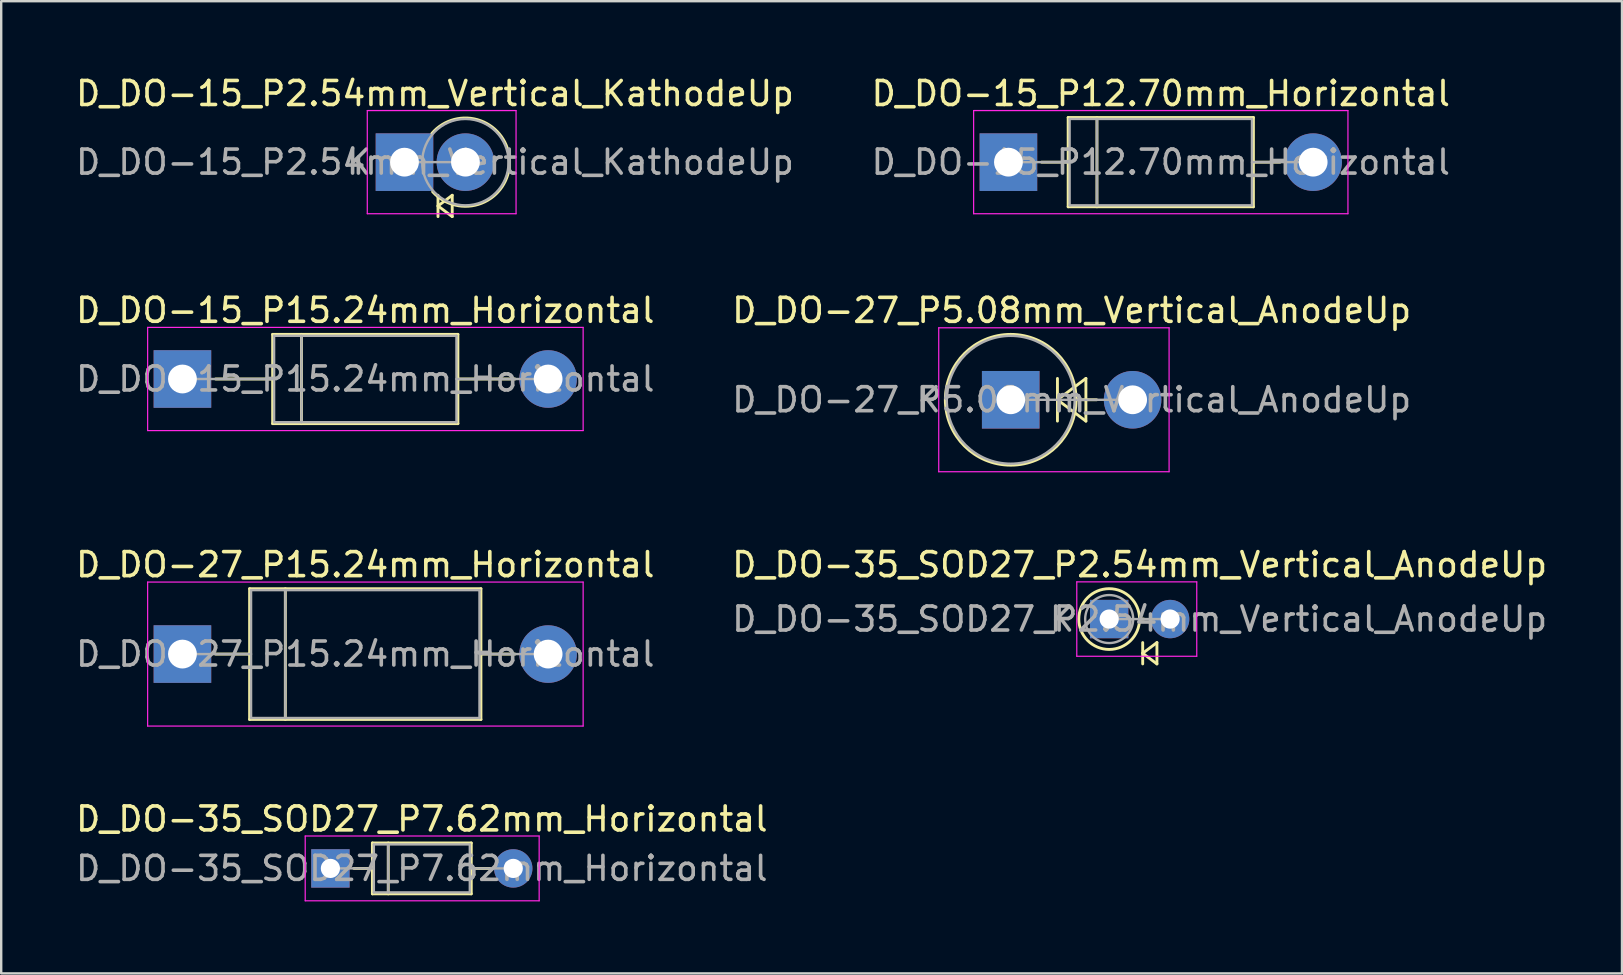
<source format=kicad_pcb>
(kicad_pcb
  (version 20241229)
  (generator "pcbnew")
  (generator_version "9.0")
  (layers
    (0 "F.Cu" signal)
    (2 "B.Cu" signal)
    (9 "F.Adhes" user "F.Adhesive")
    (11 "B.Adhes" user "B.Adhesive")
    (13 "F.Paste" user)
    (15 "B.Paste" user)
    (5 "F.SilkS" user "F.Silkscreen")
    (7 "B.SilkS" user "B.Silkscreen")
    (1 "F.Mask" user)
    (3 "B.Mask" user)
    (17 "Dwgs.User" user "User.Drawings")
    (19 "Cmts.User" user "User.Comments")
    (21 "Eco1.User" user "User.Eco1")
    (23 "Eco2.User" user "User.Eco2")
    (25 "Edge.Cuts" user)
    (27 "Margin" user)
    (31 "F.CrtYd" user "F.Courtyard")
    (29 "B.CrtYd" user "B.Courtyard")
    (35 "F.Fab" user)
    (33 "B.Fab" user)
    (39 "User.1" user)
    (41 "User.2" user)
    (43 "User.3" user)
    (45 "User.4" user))
  (footprint "D_DO-35_SOD27_P7.62mm_Horizontal"
    (layer "F.Cu")
    (at 10.72 33.142)
    (property "Reference" "D_DO-35_SOD27_P7.62mm_Horizontal" (at 3.81 -2.06 0) (layer "F.SilkS") (effects (font (size 1 1) (thickness 0.15))))
    (attr through_hole)
    (fp_line (start 0.98 0) (end 1.75 0) (stroke (width 0.12) (type solid)) (layer "F.SilkS"))
    (fp_line (start 1.75 -1.06) (end 1.75 1.06) (stroke (width 0.12) (type solid)) (layer "F.SilkS"))
    (fp_line (start 1.75 1.06) (end 5.87 1.06) (stroke (width 0.12) (type solid)) (layer "F.SilkS"))
    (fp_line (start 2.41 -1.06) (end 2.41 1.06) (stroke (width 0.12) (type solid)) (layer "F.SilkS"))
    (fp_line (start 5.87 -1.06) (end 1.75 -1.06) (stroke (width 0.12) (type solid)) (layer "F.SilkS"))
    (fp_line (start 5.87 1.06) (end 5.87 -1.06) (stroke (width 0.12) (type solid)) (layer "F.SilkS"))
    (fp_line (start 6.64 0) (end 5.87 0) (stroke (width 0.12) (type solid)) (layer "F.SilkS"))
    (fp_line (start -1.05 -1.35) (end -1.05 1.35) (stroke (width 0.05) (type solid)) (layer "F.CrtYd"))
    (fp_line (start -1.05 1.35) (end 8.7 1.35) (stroke (width 0.05) (type solid)) (layer "F.CrtYd"))
    (fp_line (start 8.7 -1.35) (end -1.05 -1.35) (stroke (width 0.05) (type solid)) (layer "F.CrtYd"))
    (fp_line (start 8.7 1.35) (end 8.7 -1.35) (stroke (width 0.05) (type solid)) (layer "F.CrtYd"))
    (fp_line (start 0 0) (end 1.81 0) (stroke (width 0.1) (type solid)) (layer "F.Fab"))
    (fp_line (start 1.81 -1) (end 1.81 1) (stroke (width 0.1) (type solid)) (layer "F.Fab"))
    (fp_line (start 1.81 1) (end 5.81 1) (stroke (width 0.1) (type solid)) (layer "F.Fab"))
    (fp_line (start 2.41 -1) (end 2.41 1) (stroke (width 0.1) (type solid)) (layer "F.Fab"))
    (fp_line (start 5.81 -1) (end 1.81 -1) (stroke (width 0.1) (type solid)) (layer "F.Fab"))
    (fp_line (start 5.81 1) (end 5.81 -1) (stroke (width 0.1) (type solid)) (layer "F.Fab"))
    (fp_line (start 7.62 0) (end 5.81 0) (stroke (width 0.1) (type solid)) (layer "F.Fab"))
    (fp_text user "${REFERENCE}" (at 3.81 0 0) (layer "F.Fab") (effects (font (size 1 1) (thickness 0.15))))
    (pad "1" thru_hole rect (at 0 0) (size 1.6 1.6) (drill 0.8) (layers "*.Cu" "*.Mask"))
    (pad "2" thru_hole oval (at 7.62 0) (size 1.6 1.6) (drill 0.8) (layers "*.Cu" "*.Mask")))
  (footprint "D_DO-15_P2.54mm_Vertical_KathodeUp"
    (layer "F.Cu")
    (at 13.807 3.708)
    (property "Reference" "D_DO-15_P2.54mm_Vertical_KathodeUp" (at 1.27 -2.86 0) (layer "F.SilkS") (effects (font (size 1 1) (thickness 0.15))))
    (attr through_hole)
    (fp_line (start 1.397 1.38) (end 1.397 2.269) (stroke (width 0.12) (type solid)) (layer "F.SilkS"))
    (fp_line (start 1.397 1.825) (end 1.99 1.38) (stroke (width 0.12) (type solid)) (layer "F.SilkS"))
    (fp_line (start 1.99 1.38) (end 1.99 2.269) (stroke (width 0.12) (type solid)) (layer "F.SilkS"))
    (fp_line (start 1.99 2.269) (end 1.397 1.825) (stroke (width 0.12) (type solid)) (layer "F.SilkS"))
    (fp_arc (start 1.144758 -1.2) (mid 4.380161 -0.022557) (end 1.174592 1.23384) (stroke (width 0.12) (type solid)) (layer "F.SilkS"))
    (fp_line (start -1.55 -2.15) (end -1.55 2.15) (stroke (width 0.05) (type solid)) (layer "F.CrtYd"))
    (fp_line (start -1.55 2.15) (end 4.65 2.15) (stroke (width 0.05) (type solid)) (layer "F.CrtYd"))
    (fp_line (start 4.65 -2.15) (end -1.55 -2.15) (stroke (width 0.05) (type solid)) (layer "F.CrtYd"))
    (fp_line (start 4.65 2.15) (end 4.65 -2.15) (stroke (width 0.05) (type solid)) (layer "F.CrtYd"))
    (fp_line (start 0 0) (end 2.54 0) (stroke (width 0.1) (type solid)) (layer "F.Fab"))
    (fp_circle (center 2.54 0) (end 4.34 0) (stroke (width 0.1) (type solid)) (fill no) (layer "F.Fab"))
    (fp_text user "K" (at -1.9 0 0) (layer "F.Fab") (effects (font (size 1 1) (thickness 0.15))))
    (fp_text user "${REFERENCE}" (at 1.27 0 0) (layer "F.Fab") (effects (font (size 1 1) (thickness 0.15))))
    (pad "1" thru_hole rect (at 0 0) (size 2.4 2.4) (drill 1.2) (layers "*.Cu" "*.Mask"))
    (pad "2" thru_hole oval (at 2.54 0) (size 2.4 2.4) (drill 1.2) (layers "*.Cu" "*.Mask")))
  (footprint "D_DO-15_P12.70mm_Horizontal"
    (layer "F.Cu")
    (at 38.977 3.708)
    (property "Reference" "D_DO-15_P12.70mm_Horizontal" (at 6.35 -2.86 0) (layer "F.SilkS") (effects (font (size 1 1) (thickness 0.15))))
    (attr through_hole)
    (fp_line (start 1.38 0) (end 2.49 0) (stroke (width 0.12) (type solid)) (layer "F.SilkS"))
    (fp_line (start 2.49 -1.86) (end 2.49 1.86) (stroke (width 0.12) (type solid)) (layer "F.SilkS"))
    (fp_line (start 2.49 1.86) (end 10.21 1.86) (stroke (width 0.12) (type solid)) (layer "F.SilkS"))
    (fp_line (start 3.69 -1.86) (end 3.69 1.86) (stroke (width 0.12) (type solid)) (layer "F.SilkS"))
    (fp_line (start 10.21 -1.86) (end 2.49 -1.86) (stroke (width 0.12) (type solid)) (layer "F.SilkS"))
    (fp_line (start 10.21 1.86) (end 10.21 -1.86) (stroke (width 0.12) (type solid)) (layer "F.SilkS"))
    (fp_line (start 11.32 0) (end 10.21 0) (stroke (width 0.12) (type solid)) (layer "F.SilkS"))
    (fp_line (start -1.45 -2.15) (end -1.45 2.15) (stroke (width 0.05) (type solid)) (layer "F.CrtYd"))
    (fp_line (start -1.45 2.15) (end 14.15 2.15) (stroke (width 0.05) (type solid)) (layer "F.CrtYd"))
    (fp_line (start 14.15 -2.15) (end -1.45 -2.15) (stroke (width 0.05) (type solid)) (layer "F.CrtYd"))
    (fp_line (start 14.15 2.15) (end 14.15 -2.15) (stroke (width 0.05) (type solid)) (layer "F.CrtYd"))
    (fp_line (start 0 0) (end 2.55 0) (stroke (width 0.1) (type solid)) (layer "F.Fab"))
    (fp_line (start 2.55 -1.8) (end 2.55 1.8) (stroke (width 0.1) (type solid)) (layer "F.Fab"))
    (fp_line (start 2.55 1.8) (end 10.15 1.8) (stroke (width 0.1) (type solid)) (layer "F.Fab"))
    (fp_line (start 3.69 -1.8) (end 3.69 1.8) (stroke (width 0.1) (type solid)) (layer "F.Fab"))
    (fp_line (start 10.15 -1.8) (end 2.55 -1.8) (stroke (width 0.1) (type solid)) (layer "F.Fab"))
    (fp_line (start 10.15 1.8) (end 10.15 -1.8) (stroke (width 0.1) (type solid)) (layer "F.Fab"))
    (fp_line (start 12.7 0) (end 10.15 0) (stroke (width 0.1) (type solid)) (layer "F.Fab"))
    (fp_text user "${REFERENCE}" (at 6.35 0 0) (layer "F.Fab") (effects (font (size 1 1) (thickness 0.15))))
    (pad "1" thru_hole rect (at 0 0) (size 2.4 2.4) (drill 1.2) (layers "*.Cu" "*.Mask"))
    (pad "2" thru_hole oval (at 12.7 0) (size 2.4 2.4) (drill 1.2) (layers "*.Cu" "*.Mask")))
  (footprint "D_DO-27_P5.08mm_Vertical_AnodeUp"
    (layer "F.Cu")
    (at 39.073 13.611)
    (property "Reference" "D_DO-27_P5.08mm_Vertical_AnodeUp" (at 2.54 -3.725 0) (layer "F.SilkS") (effects (font (size 1 1) (thickness 0.15))))
    (attr through_hole)
    (fp_line (start 1.947 -0.889) (end 1.947 0.889) (stroke (width 0.12) (type solid)) (layer "F.SilkS"))
    (fp_line (start 1.947 0) (end 3.133 -0.889) (stroke (width 0.12) (type solid)) (layer "F.SilkS"))
    (fp_line (start 2.725 0) (end 3.58 0) (stroke (width 0.12) (type solid)) (layer "F.SilkS"))
    (fp_line (start 3.133 -0.889) (end 3.133 0.889) (stroke (width 0.12) (type solid)) (layer "F.SilkS"))
    (fp_line (start 3.133 0.889) (end 1.947 0) (stroke (width 0.12) (type solid)) (layer "F.SilkS"))
    (fp_circle (center 0 0) (end 2.725 0) (stroke (width 0.12) (type solid)) (fill no) (layer "F.SilkS"))
    (fp_line (start -3 -3) (end -3 3) (stroke (width 0.05) (type solid)) (layer "F.CrtYd"))
    (fp_line (start -3 3) (end 6.6 3) (stroke (width 0.05) (type solid)) (layer "F.CrtYd"))
    (fp_line (start 6.6 -3) (end -3 -3) (stroke (width 0.05) (type solid)) (layer "F.CrtYd"))
    (fp_line (start 6.6 3) (end 6.6 -3) (stroke (width 0.05) (type solid)) (layer "F.CrtYd"))
    (fp_line (start 0 0) (end 5.08 0) (stroke (width 0.1) (type solid)) (layer "F.Fab"))
    (fp_circle (center 0 0) (end 2.665 0) (stroke (width 0.1) (type solid)) (fill no) (layer "F.Fab"))
    (fp_text user "K" (at -3.425 0 0) (layer "F.Fab") (effects (font (size 1 1) (thickness 0.15))))
    (fp_text user "${REFERENCE}" (at 2.54 0 0) (layer "F.Fab") (effects (font (size 1 1) (thickness 0.15))))
    (pad "1" thru_hole rect (at 0 0) (size 2.4 2.4) (drill 1.2) (layers "*.Cu" "*.Mask"))
    (pad "2" thru_hole oval (at 5.08 0) (size 2.4 2.4) (drill 1.2) (layers "*.Cu" "*.Mask")))
  (footprint "D_DO-27_P15.24mm_Horizontal"
    (layer "F.Cu")
    (at 4.553 24.209)
    (property "Reference" "D_DO-27_P15.24mm_Horizontal" (at 7.62 -3.725 0) (layer "F.SilkS") (effects (font (size 1 1) (thickness 0.15))))
    (attr through_hole)
    (fp_line (start 1.38 0) (end 2.8 0) (stroke (width 0.12) (type solid)) (layer "F.SilkS"))
    (fp_line (start 2.8 -2.725) (end 2.8 2.725) (stroke (width 0.12) (type solid)) (layer "F.SilkS"))
    (fp_line (start 2.8 2.725) (end 12.44 2.725) (stroke (width 0.12) (type solid)) (layer "F.SilkS"))
    (fp_line (start 4.288 -2.725) (end 4.288 2.725) (stroke (width 0.12) (type solid)) (layer "F.SilkS"))
    (fp_line (start 12.44 -2.725) (end 2.8 -2.725) (stroke (width 0.12) (type solid)) (layer "F.SilkS"))
    (fp_line (start 12.44 2.725) (end 12.44 -2.725) (stroke (width 0.12) (type solid)) (layer "F.SilkS"))
    (fp_line (start 13.86 0) (end 12.44 0) (stroke (width 0.12) (type solid)) (layer "F.SilkS"))
    (fp_line (start -1.45 -3) (end -1.45 3) (stroke (width 0.05) (type solid)) (layer "F.CrtYd"))
    (fp_line (start -1.45 3) (end 16.7 3) (stroke (width 0.05) (type solid)) (layer "F.CrtYd"))
    (fp_line (start 16.7 -3) (end -1.45 -3) (stroke (width 0.05) (type solid)) (layer "F.CrtYd"))
    (fp_line (start 16.7 3) (end 16.7 -3) (stroke (width 0.05) (type solid)) (layer "F.CrtYd"))
    (fp_line (start 0 0) (end 2.86 0) (stroke (width 0.1) (type solid)) (layer "F.Fab"))
    (fp_line (start 2.86 -2.665) (end 2.86 2.665) (stroke (width 0.1) (type solid)) (layer "F.Fab"))
    (fp_line (start 2.86 2.665) (end 12.38 2.665) (stroke (width 0.1) (type solid)) (layer "F.Fab"))
    (fp_line (start 4.288 -2.665) (end 4.288 2.665) (stroke (width 0.1) (type solid)) (layer "F.Fab"))
    (fp_line (start 12.38 -2.665) (end 2.86 -2.665) (stroke (width 0.1) (type solid)) (layer "F.Fab"))
    (fp_line (start 12.38 2.665) (end 12.38 -2.665) (stroke (width 0.1) (type solid)) (layer "F.Fab"))
    (fp_line (start 15.24 0) (end 12.38 0) (stroke (width 0.1) (type solid)) (layer "F.Fab"))
    (fp_text user "${REFERENCE}" (at 7.62 0 0) (layer "F.Fab") (effects (font (size 1 1) (thickness 0.15))))
    (pad "1" thru_hole rect (at 0 0) (size 2.4 2.4) (drill 1.2) (layers "*.Cu" "*.Mask"))
    (pad "2" thru_hole oval (at 15.24 0) (size 2.4 2.4) (drill 1.2) (layers "*.Cu" "*.Mask")))
  (footprint "D_DO-15_P15.24mm_Horizontal"
    (layer "F.Cu")
    (at 4.553 12.745)
    (property "Reference" "D_DO-15_P15.24mm_Horizontal" (at 7.62 -2.86 0) (layer "F.SilkS") (effects (font (size 1 1) (thickness 0.15))))
    (attr through_hole)
    (fp_line (start 1.38 0) (end 3.76 0) (stroke (width 0.12) (type solid)) (layer "F.SilkS"))
    (fp_line (start 3.76 -1.86) (end 3.76 1.86) (stroke (width 0.12) (type solid)) (layer "F.SilkS"))
    (fp_line (start 3.76 1.86) (end 11.48 1.86) (stroke (width 0.12) (type solid)) (layer "F.SilkS"))
    (fp_line (start 4.96 -1.86) (end 4.96 1.86) (stroke (width 0.12) (type solid)) (layer "F.SilkS"))
    (fp_line (start 11.48 -1.86) (end 3.76 -1.86) (stroke (width 0.12) (type solid)) (layer "F.SilkS"))
    (fp_line (start 11.48 1.86) (end 11.48 -1.86) (stroke (width 0.12) (type solid)) (layer "F.SilkS"))
    (fp_line (start 13.86 0) (end 11.48 0) (stroke (width 0.12) (type solid)) (layer "F.SilkS"))
    (fp_line (start -1.45 -2.15) (end -1.45 2.15) (stroke (width 0.05) (type solid)) (layer "F.CrtYd"))
    (fp_line (start -1.45 2.15) (end 16.7 2.15) (stroke (width 0.05) (type solid)) (layer "F.CrtYd"))
    (fp_line (start 16.7 -2.15) (end -1.45 -2.15) (stroke (width 0.05) (type solid)) (layer "F.CrtYd"))
    (fp_line (start 16.7 2.15) (end 16.7 -2.15) (stroke (width 0.05) (type solid)) (layer "F.CrtYd"))
    (fp_line (start 0 0) (end 3.82 0) (stroke (width 0.1) (type solid)) (layer "F.Fab"))
    (fp_line (start 3.82 -1.8) (end 3.82 1.8) (stroke (width 0.1) (type solid)) (layer "F.Fab"))
    (fp_line (start 3.82 1.8) (end 11.42 1.8) (stroke (width 0.1) (type solid)) (layer "F.Fab"))
    (fp_line (start 4.96 -1.8) (end 4.96 1.8) (stroke (width 0.1) (type solid)) (layer "F.Fab"))
    (fp_line (start 11.42 -1.8) (end 3.82 -1.8) (stroke (width 0.1) (type solid)) (layer "F.Fab"))
    (fp_line (start 11.42 1.8) (end 11.42 -1.8) (stroke (width 0.1) (type solid)) (layer "F.Fab"))
    (fp_line (start 15.24 0) (end 11.42 0) (stroke (width 0.1) (type solid)) (layer "F.Fab"))
    (fp_text user "${REFERENCE}" (at 7.62 0 0) (layer "F.Fab") (effects (font (size 1 1) (thickness 0.15))))
    (pad "1" thru_hole rect (at 0 0) (size 2.4 2.4) (drill 1.2) (layers "*.Cu" "*.Mask"))
    (pad "2" thru_hole oval (at 15.24 0) (size 2.4 2.4) (drill 1.2) (layers "*.Cu" "*.Mask")))
  (footprint "D_DO-35_SOD27_P2.54mm_Vertical_AnodeUp"
    (layer "F.Cu")
    (at 43.176 22.75)
    (property "Reference" "D_DO-35_SOD27_P2.54mm_Vertical_AnodeUp" (at 1.27 -2.266 0) (layer "F.SilkS") (effects (font (size 1 1) (thickness 0.15))))
    (attr through_hole)
    (fp_line (start 1.266 0) (end 1.44 0) (stroke (width 0.12) (type solid)) (layer "F.SilkS"))
    (fp_line (start 1.397 0.98) (end 1.397 1.869) (stroke (width 0.12) (type solid)) (layer "F.SilkS"))
    (fp_line (start 1.397 1.425) (end 1.99 0.98) (stroke (width 0.12) (type solid)) (layer "F.SilkS"))
    (fp_line (start 1.99 0.98) (end 1.99 1.869) (stroke (width 0.12) (type solid)) (layer "F.SilkS"))
    (fp_line (start 1.99 1.869) (end 1.397 1.425) (stroke (width 0.12) (type solid)) (layer "F.SilkS"))
    (fp_circle (center 0 0) (end 1.266 0) (stroke (width 0.12) (type solid)) (fill no) (layer "F.SilkS"))
    (fp_line (start -1.35 -1.55) (end -1.35 1.55) (stroke (width 0.05) (type solid)) (layer "F.CrtYd"))
    (fp_line (start -1.35 1.55) (end 3.65 1.55) (stroke (width 0.05) (type solid)) (layer "F.CrtYd"))
    (fp_line (start 3.65 -1.55) (end -1.35 -1.55) (stroke (width 0.05) (type solid)) (layer "F.CrtYd"))
    (fp_line (start 3.65 1.55) (end 3.65 -1.55) (stroke (width 0.05) (type solid)) (layer "F.CrtYd"))
    (fp_line (start 0 0) (end 2.54 0) (stroke (width 0.1) (type solid)) (layer "F.Fab"))
    (fp_circle (center 0 0) (end 1 0) (stroke (width 0.1) (type solid)) (fill no) (layer "F.Fab"))
    (fp_text user "K" (at -1.966 0 0) (layer "F.Fab") (effects (font (size 1 1) (thickness 0.15))))
    (fp_text user "${REFERENCE}" (at 1.27 0 0) (layer "F.Fab") (effects (font (size 1 1) (thickness 0.15))))
    (pad "1" thru_hole rect (at 0 0) (size 1.6 1.6) (drill 0.8) (layers "*.Cu" "*.Mask"))
    (pad "2" thru_hole oval (at 2.54 0) (size 1.6 1.6) (drill 0.8) (layers "*.Cu" "*.Mask")))
  (gr_rect
    (start -3 -3)
    (end 64.548 37.517)
    (stroke (width 0.1) (type default))
    (fill no)
    (layer "Edge.Cuts")))
</source>
